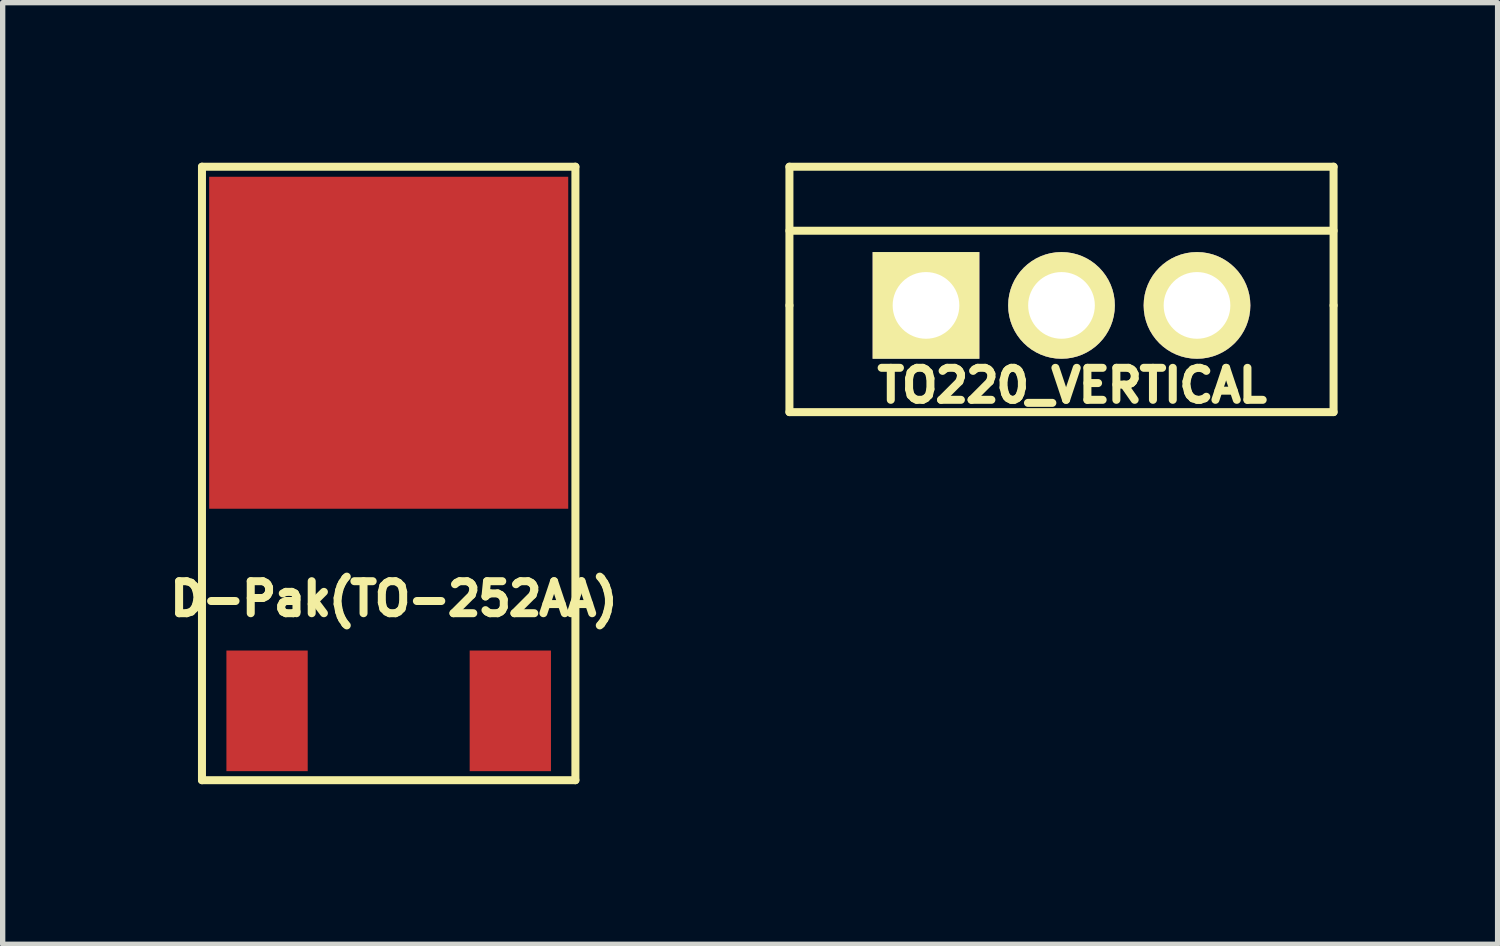
<source format=kicad_pcb>
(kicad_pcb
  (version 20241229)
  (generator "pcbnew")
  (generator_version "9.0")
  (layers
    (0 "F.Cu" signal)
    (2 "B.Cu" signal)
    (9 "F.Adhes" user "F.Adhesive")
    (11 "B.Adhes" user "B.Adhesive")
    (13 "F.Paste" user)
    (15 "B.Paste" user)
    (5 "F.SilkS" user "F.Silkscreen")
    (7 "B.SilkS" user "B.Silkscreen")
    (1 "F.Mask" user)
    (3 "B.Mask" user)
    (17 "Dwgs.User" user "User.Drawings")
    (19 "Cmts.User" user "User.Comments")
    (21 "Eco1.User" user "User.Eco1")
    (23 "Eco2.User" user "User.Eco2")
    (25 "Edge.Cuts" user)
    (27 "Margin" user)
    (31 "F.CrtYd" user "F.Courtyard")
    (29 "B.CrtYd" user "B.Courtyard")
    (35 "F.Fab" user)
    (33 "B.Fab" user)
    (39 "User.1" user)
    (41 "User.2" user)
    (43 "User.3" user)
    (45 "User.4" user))
  (footprint "D-Pak(TO-252AA)"
    (layer "F.Cu")
    (at 4.236 6.475)
    (property "Reference" "D-Pak(TO-252AA)" (at 0.1 1.7 0) (layer "F.SilkS") (effects (font (size 0.6 0.6) (thickness 0.15))))
    (attr through_hole)
    (fp_line (start -3.5 -6.4) (end 3.5 -6.4) (stroke (width 0.15) (type solid)) (layer "F.SilkS"))
    (fp_line (start -3.5 5.1) (end -3.5 -6.4) (stroke (width 0.15) (type solid)) (layer "F.SilkS"))
    (fp_line (start 3.5 -6.4) (end 3.5 5.1) (stroke (width 0.15) (type solid)) (layer "F.SilkS"))
    (fp_line (start 3.5 5.1) (end -3.5 5.1) (stroke (width 0.15) (type solid)) (layer "F.SilkS"))
    (pad "1" smd rect (at -2.28 3.8) (size 1.524 2.261) (layers "F.Cu" "F.Mask" "F.Paste"))
    (pad "2" smd rect (at 0 -3.1) (size 6.731 6.223) (layers "F.Cu" "F.Mask" "F.Paste"))
    (pad "3" smd rect (at 2.28 3.8) (size 1.524 2.261) (layers "F.Cu" "F.Mask" "F.Paste")))
  (footprint "TO220_VERTICAL"
    (layer "F.Cu")
    (at 16.848 2.675)
    (property "Reference" "TO220_VERTICAL" (at 0.2 1.5 0) (layer "F.SilkS") (effects (font (size 0.6 0.6) (thickness 0.15))))
    (attr through_hole)
    (fp_line (start -5.1 -2.6) (end 5.1 -2.6) (stroke (width 0.15) (type solid)) (layer "F.SilkS"))
    (fp_line (start -5.1 0) (end -5.1 -2.6) (stroke (width 0.15) (type solid)) (layer "F.SilkS"))
    (fp_line (start -5.1 2) (end -5.1 0) (stroke (width 0.15) (type solid)) (layer "F.SilkS"))
    (fp_line (start 5.1 -2.6) (end 5.1 0) (stroke (width 0.15) (type solid)) (layer "F.SilkS"))
    (fp_line (start 5.1 -1.4) (end -5.1 -1.4) (stroke (width 0.15) (type solid)) (layer "F.SilkS"))
    (fp_line (start 5.1 0) (end 5.1 2) (stroke (width 0.15) (type solid)) (layer "F.SilkS"))
    (fp_line (start 5.1 2) (end -5.1 2) (stroke (width 0.15) (type solid)) (layer "F.SilkS"))
    (pad "1" thru_hole rect (at -2.54 0) (size 2 2) (drill 1.25) (layers "*.Cu" "*.Mask" "F.SilkS"))
    (pad "2" thru_hole circle (at 0 0) (size 2 2) (drill 1.25) (layers "*.Cu" "*.Mask" "F.SilkS"))
    (pad "3" thru_hole circle (at 2.54 0) (size 2 2) (drill 1.25) (layers "*.Cu" "*.Mask" "F.SilkS")))
  (gr_rect
    (start -3 -3)
    (end 25.023 14.65)
    (stroke (width 0.1) (type default))
    (fill no)
    (layer "Edge.Cuts")))
</source>
